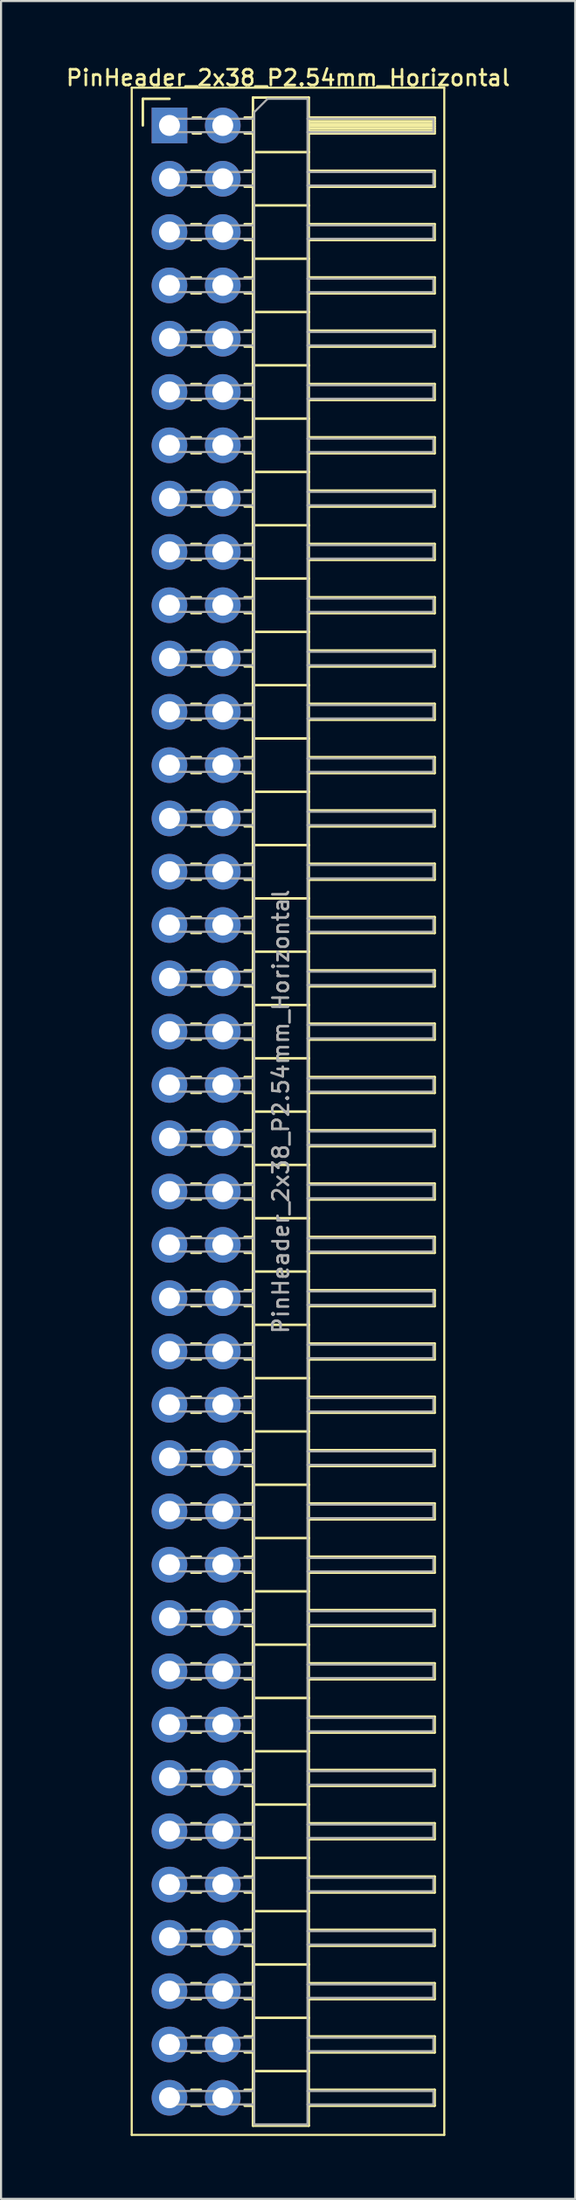
<source format=kicad_pcb>
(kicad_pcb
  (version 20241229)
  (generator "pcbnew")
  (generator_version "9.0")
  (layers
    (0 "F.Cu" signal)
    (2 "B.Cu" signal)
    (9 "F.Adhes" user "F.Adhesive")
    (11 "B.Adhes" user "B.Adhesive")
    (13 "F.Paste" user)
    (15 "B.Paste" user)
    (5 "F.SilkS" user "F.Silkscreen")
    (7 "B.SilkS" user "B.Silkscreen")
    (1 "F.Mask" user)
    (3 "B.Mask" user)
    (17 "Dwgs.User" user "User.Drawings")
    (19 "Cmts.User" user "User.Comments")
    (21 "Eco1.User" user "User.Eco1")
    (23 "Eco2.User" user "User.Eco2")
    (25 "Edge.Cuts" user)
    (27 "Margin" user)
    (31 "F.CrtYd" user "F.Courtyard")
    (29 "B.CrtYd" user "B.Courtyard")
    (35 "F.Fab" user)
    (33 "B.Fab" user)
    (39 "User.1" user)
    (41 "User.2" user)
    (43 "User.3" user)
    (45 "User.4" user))
  (footprint "PinHeader_2x38_P2.54mm_Horizontal"
    (layer "F.Cu")
    (at 5.029 2.928)
    (property "Reference" "PinHeader_2x38_P2.54mm_Horizontal" (at 5.655 -2.27 0) (layer "F.SilkS") (effects (font (size 0.75 0.75) (thickness 0.125))))
    (attr through_hole)
    (fp_line (start -1.8 -1.8) (end -1.8 95.75) (stroke (width 0.1) (type solid)) (layer "F.SilkS"))
    (fp_line (start -1.8 95.75) (end 13.1 95.75) (stroke (width 0.1) (type solid)) (layer "F.SilkS"))
    (fp_line (start -1.27 -1.27) (end 0 -1.27) (stroke (width 0.12) (type solid)) (layer "F.SilkS"))
    (fp_line (start -1.27 0) (end -1.27 -1.27) (stroke (width 0.12) (type solid)) (layer "F.SilkS"))
    (fp_line (start 1.043 2.16) (end 1.497 2.16) (stroke (width 0.12) (type solid)) (layer "F.SilkS"))
    (fp_line (start 1.043 2.92) (end 1.497 2.92) (stroke (width 0.12) (type solid)) (layer "F.SilkS"))
    (fp_line (start 1.043 4.7) (end 1.497 4.7) (stroke (width 0.12) (type solid)) (layer "F.SilkS"))
    (fp_line (start 1.043 5.46) (end 1.497 5.46) (stroke (width 0.12) (type solid)) (layer "F.SilkS"))
    (fp_line (start 1.043 7.24) (end 1.497 7.24) (stroke (width 0.12) (type solid)) (layer "F.SilkS"))
    (fp_line (start 1.043 8) (end 1.497 8) (stroke (width 0.12) (type solid)) (layer "F.SilkS"))
    (fp_line (start 1.043 9.78) (end 1.497 9.78) (stroke (width 0.12) (type solid)) (layer "F.SilkS"))
    (fp_line (start 1.043 10.54) (end 1.497 10.54) (stroke (width 0.12) (type solid)) (layer "F.SilkS"))
    (fp_line (start 1.043 12.32) (end 1.497 12.32) (stroke (width 0.12) (type solid)) (layer "F.SilkS"))
    (fp_line (start 1.043 13.08) (end 1.497 13.08) (stroke (width 0.12) (type solid)) (layer "F.SilkS"))
    (fp_line (start 1.043 14.86) (end 1.497 14.86) (stroke (width 0.12) (type solid)) (layer "F.SilkS"))
    (fp_line (start 1.043 15.62) (end 1.497 15.62) (stroke (width 0.12) (type solid)) (layer "F.SilkS"))
    (fp_line (start 1.043 17.4) (end 1.497 17.4) (stroke (width 0.12) (type solid)) (layer "F.SilkS"))
    (fp_line (start 1.043 18.16) (end 1.497 18.16) (stroke (width 0.12) (type solid)) (layer "F.SilkS"))
    (fp_line (start 1.043 19.94) (end 1.497 19.94) (stroke (width 0.12) (type solid)) (layer "F.SilkS"))
    (fp_line (start 1.043 20.7) (end 1.497 20.7) (stroke (width 0.12) (type solid)) (layer "F.SilkS"))
    (fp_line (start 1.043 22.48) (end 1.497 22.48) (stroke (width 0.12) (type solid)) (layer "F.SilkS"))
    (fp_line (start 1.043 23.24) (end 1.497 23.24) (stroke (width 0.12) (type solid)) (layer "F.SilkS"))
    (fp_line (start 1.043 25.02) (end 1.497 25.02) (stroke (width 0.12) (type solid)) (layer "F.SilkS"))
    (fp_line (start 1.043 25.78) (end 1.497 25.78) (stroke (width 0.12) (type solid)) (layer "F.SilkS"))
    (fp_line (start 1.043 27.56) (end 1.497 27.56) (stroke (width 0.12) (type solid)) (layer "F.SilkS"))
    (fp_line (start 1.043 28.32) (end 1.497 28.32) (stroke (width 0.12) (type solid)) (layer "F.SilkS"))
    (fp_line (start 1.043 30.1) (end 1.497 30.1) (stroke (width 0.12) (type solid)) (layer "F.SilkS"))
    (fp_line (start 1.043 30.86) (end 1.497 30.86) (stroke (width 0.12) (type solid)) (layer "F.SilkS"))
    (fp_line (start 1.043 32.64) (end 1.497 32.64) (stroke (width 0.12) (type solid)) (layer "F.SilkS"))
    (fp_line (start 1.043 33.4) (end 1.497 33.4) (stroke (width 0.12) (type solid)) (layer "F.SilkS"))
    (fp_line (start 1.043 35.18) (end 1.497 35.18) (stroke (width 0.12) (type solid)) (layer "F.SilkS"))
    (fp_line (start 1.043 35.94) (end 1.497 35.94) (stroke (width 0.12) (type solid)) (layer "F.SilkS"))
    (fp_line (start 1.043 37.72) (end 1.497 37.72) (stroke (width 0.12) (type solid)) (layer "F.SilkS"))
    (fp_line (start 1.043 38.48) (end 1.497 38.48) (stroke (width 0.12) (type solid)) (layer "F.SilkS"))
    (fp_line (start 1.043 40.26) (end 1.497 40.26) (stroke (width 0.12) (type solid)) (layer "F.SilkS"))
    (fp_line (start 1.043 41.02) (end 1.497 41.02) (stroke (width 0.12) (type solid)) (layer "F.SilkS"))
    (fp_line (start 1.043 42.8) (end 1.497 42.8) (stroke (width 0.12) (type solid)) (layer "F.SilkS"))
    (fp_line (start 1.043 43.56) (end 1.497 43.56) (stroke (width 0.12) (type solid)) (layer "F.SilkS"))
    (fp_line (start 1.043 45.34) (end 1.497 45.34) (stroke (width 0.12) (type solid)) (layer "F.SilkS"))
    (fp_line (start 1.043 46.1) (end 1.497 46.1) (stroke (width 0.12) (type solid)) (layer "F.SilkS"))
    (fp_line (start 1.043 47.88) (end 1.497 47.88) (stroke (width 0.12) (type solid)) (layer "F.SilkS"))
    (fp_line (start 1.043 48.64) (end 1.497 48.64) (stroke (width 0.12) (type solid)) (layer "F.SilkS"))
    (fp_line (start 1.043 50.42) (end 1.497 50.42) (stroke (width 0.12) (type solid)) (layer "F.SilkS"))
    (fp_line (start 1.043 51.18) (end 1.497 51.18) (stroke (width 0.12) (type solid)) (layer "F.SilkS"))
    (fp_line (start 1.043 52.96) (end 1.497 52.96) (stroke (width 0.12) (type solid)) (layer "F.SilkS"))
    (fp_line (start 1.043 53.72) (end 1.497 53.72) (stroke (width 0.12) (type solid)) (layer "F.SilkS"))
    (fp_line (start 1.043 55.5) (end 1.497 55.5) (stroke (width 0.12) (type solid)) (layer "F.SilkS"))
    (fp_line (start 1.043 56.26) (end 1.497 56.26) (stroke (width 0.12) (type solid)) (layer "F.SilkS"))
    (fp_line (start 1.043 58.04) (end 1.497 58.04) (stroke (width 0.12) (type solid)) (layer "F.SilkS"))
    (fp_line (start 1.043 58.8) (end 1.497 58.8) (stroke (width 0.12) (type solid)) (layer "F.SilkS"))
    (fp_line (start 1.043 60.58) (end 1.497 60.58) (stroke (width 0.12) (type solid)) (layer "F.SilkS"))
    (fp_line (start 1.043 61.34) (end 1.497 61.34) (stroke (width 0.12) (type solid)) (layer "F.SilkS"))
    (fp_line (start 1.043 63.12) (end 1.497 63.12) (stroke (width 0.12) (type solid)) (layer "F.SilkS"))
    (fp_line (start 1.043 63.88) (end 1.497 63.88) (stroke (width 0.12) (type solid)) (layer "F.SilkS"))
    (fp_line (start 1.043 65.66) (end 1.497 65.66) (stroke (width 0.12) (type solid)) (layer "F.SilkS"))
    (fp_line (start 1.043 66.42) (end 1.497 66.42) (stroke (width 0.12) (type solid)) (layer "F.SilkS"))
    (fp_line (start 1.043 68.2) (end 1.497 68.2) (stroke (width 0.12) (type solid)) (layer "F.SilkS"))
    (fp_line (start 1.043 68.96) (end 1.497 68.96) (stroke (width 0.12) (type solid)) (layer "F.SilkS"))
    (fp_line (start 1.043 70.74) (end 1.497 70.74) (stroke (width 0.12) (type solid)) (layer "F.SilkS"))
    (fp_line (start 1.043 71.5) (end 1.497 71.5) (stroke (width 0.12) (type solid)) (layer "F.SilkS"))
    (fp_line (start 1.043 73.28) (end 1.497 73.28) (stroke (width 0.12) (type solid)) (layer "F.SilkS"))
    (fp_line (start 1.043 74.04) (end 1.497 74.04) (stroke (width 0.12) (type solid)) (layer "F.SilkS"))
    (fp_line (start 1.043 75.82) (end 1.497 75.82) (stroke (width 0.12) (type solid)) (layer "F.SilkS"))
    (fp_line (start 1.043 76.58) (end 1.497 76.58) (stroke (width 0.12) (type solid)) (layer "F.SilkS"))
    (fp_line (start 1.043 78.36) (end 1.497 78.36) (stroke (width 0.12) (type solid)) (layer "F.SilkS"))
    (fp_line (start 1.043 79.12) (end 1.497 79.12) (stroke (width 0.12) (type solid)) (layer "F.SilkS"))
    (fp_line (start 1.043 80.9) (end 1.497 80.9) (stroke (width 0.12) (type solid)) (layer "F.SilkS"))
    (fp_line (start 1.043 81.66) (end 1.497 81.66) (stroke (width 0.12) (type solid)) (layer "F.SilkS"))
    (fp_line (start 1.043 83.44) (end 1.497 83.44) (stroke (width 0.12) (type solid)) (layer "F.SilkS"))
    (fp_line (start 1.043 84.2) (end 1.497 84.2) (stroke (width 0.12) (type solid)) (layer "F.SilkS"))
    (fp_line (start 1.043 85.98) (end 1.497 85.98) (stroke (width 0.12) (type solid)) (layer "F.SilkS"))
    (fp_line (start 1.043 86.74) (end 1.497 86.74) (stroke (width 0.12) (type solid)) (layer "F.SilkS"))
    (fp_line (start 1.043 88.52) (end 1.497 88.52) (stroke (width 0.12) (type solid)) (layer "F.SilkS"))
    (fp_line (start 1.043 89.28) (end 1.497 89.28) (stroke (width 0.12) (type solid)) (layer "F.SilkS"))
    (fp_line (start 1.043 91.06) (end 1.497 91.06) (stroke (width 0.12) (type solid)) (layer "F.SilkS"))
    (fp_line (start 1.043 91.82) (end 1.497 91.82) (stroke (width 0.12) (type solid)) (layer "F.SilkS"))
    (fp_line (start 1.043 93.6) (end 1.497 93.6) (stroke (width 0.12) (type solid)) (layer "F.SilkS"))
    (fp_line (start 1.043 94.36) (end 1.497 94.36) (stroke (width 0.12) (type solid)) (layer "F.SilkS"))
    (fp_line (start 1.11 -0.38) (end 1.497 -0.38) (stroke (width 0.12) (type solid)) (layer "F.SilkS"))
    (fp_line (start 1.11 0.38) (end 1.497 0.38) (stroke (width 0.12) (type solid)) (layer "F.SilkS"))
    (fp_line (start 3.583 -0.38) (end 3.98 -0.38) (stroke (width 0.12) (type solid)) (layer "F.SilkS"))
    (fp_line (start 3.583 0.38) (end 3.98 0.38) (stroke (width 0.12) (type solid)) (layer "F.SilkS"))
    (fp_line (start 3.583 2.16) (end 3.98 2.16) (stroke (width 0.12) (type solid)) (layer "F.SilkS"))
    (fp_line (start 3.583 2.92) (end 3.98 2.92) (stroke (width 0.12) (type solid)) (layer "F.SilkS"))
    (fp_line (start 3.583 4.7) (end 3.98 4.7) (stroke (width 0.12) (type solid)) (layer "F.SilkS"))
    (fp_line (start 3.583 5.46) (end 3.98 5.46) (stroke (width 0.12) (type solid)) (layer "F.SilkS"))
    (fp_line (start 3.583 7.24) (end 3.98 7.24) (stroke (width 0.12) (type solid)) (layer "F.SilkS"))
    (fp_line (start 3.583 8) (end 3.98 8) (stroke (width 0.12) (type solid)) (layer "F.SilkS"))
    (fp_line (start 3.583 9.78) (end 3.98 9.78) (stroke (width 0.12) (type solid)) (layer "F.SilkS"))
    (fp_line (start 3.583 10.54) (end 3.98 10.54) (stroke (width 0.12) (type solid)) (layer "F.SilkS"))
    (fp_line (start 3.583 12.32) (end 3.98 12.32) (stroke (width 0.12) (type solid)) (layer "F.SilkS"))
    (fp_line (start 3.583 13.08) (end 3.98 13.08) (stroke (width 0.12) (type solid)) (layer "F.SilkS"))
    (fp_line (start 3.583 14.86) (end 3.98 14.86) (stroke (width 0.12) (type solid)) (layer "F.SilkS"))
    (fp_line (start 3.583 15.62) (end 3.98 15.62) (stroke (width 0.12) (type solid)) (layer "F.SilkS"))
    (fp_line (start 3.583 17.4) (end 3.98 17.4) (stroke (width 0.12) (type solid)) (layer "F.SilkS"))
    (fp_line (start 3.583 18.16) (end 3.98 18.16) (stroke (width 0.12) (type solid)) (layer "F.SilkS"))
    (fp_line (start 3.583 19.94) (end 3.98 19.94) (stroke (width 0.12) (type solid)) (layer "F.SilkS"))
    (fp_line (start 3.583 20.7) (end 3.98 20.7) (stroke (width 0.12) (type solid)) (layer "F.SilkS"))
    (fp_line (start 3.583 22.48) (end 3.98 22.48) (stroke (width 0.12) (type solid)) (layer "F.SilkS"))
    (fp_line (start 3.583 23.24) (end 3.98 23.24) (stroke (width 0.12) (type solid)) (layer "F.SilkS"))
    (fp_line (start 3.583 25.02) (end 3.98 25.02) (stroke (width 0.12) (type solid)) (layer "F.SilkS"))
    (fp_line (start 3.583 25.78) (end 3.98 25.78) (stroke (width 0.12) (type solid)) (layer "F.SilkS"))
    (fp_line (start 3.583 27.56) (end 3.98 27.56) (stroke (width 0.12) (type solid)) (layer "F.SilkS"))
    (fp_line (start 3.583 28.32) (end 3.98 28.32) (stroke (width 0.12) (type solid)) (layer "F.SilkS"))
    (fp_line (start 3.583 30.1) (end 3.98 30.1) (stroke (width 0.12) (type solid)) (layer "F.SilkS"))
    (fp_line (start 3.583 30.86) (end 3.98 30.86) (stroke (width 0.12) (type solid)) (layer "F.SilkS"))
    (fp_line (start 3.583 32.64) (end 3.98 32.64) (stroke (width 0.12) (type solid)) (layer "F.SilkS"))
    (fp_line (start 3.583 33.4) (end 3.98 33.4) (stroke (width 0.12) (type solid)) (layer "F.SilkS"))
    (fp_line (start 3.583 35.18) (end 3.98 35.18) (stroke (width 0.12) (type solid)) (layer "F.SilkS"))
    (fp_line (start 3.583 35.94) (end 3.98 35.94) (stroke (width 0.12) (type solid)) (layer "F.SilkS"))
    (fp_line (start 3.583 37.72) (end 3.98 37.72) (stroke (width 0.12) (type solid)) (layer "F.SilkS"))
    (fp_line (start 3.583 38.48) (end 3.98 38.48) (stroke (width 0.12) (type solid)) (layer "F.SilkS"))
    (fp_line (start 3.583 40.26) (end 3.98 40.26) (stroke (width 0.12) (type solid)) (layer "F.SilkS"))
    (fp_line (start 3.583 41.02) (end 3.98 41.02) (stroke (width 0.12) (type solid)) (layer "F.SilkS"))
    (fp_line (start 3.583 42.8) (end 3.98 42.8) (stroke (width 0.12) (type solid)) (layer "F.SilkS"))
    (fp_line (start 3.583 43.56) (end 3.98 43.56) (stroke (width 0.12) (type solid)) (layer "F.SilkS"))
    (fp_line (start 3.583 45.34) (end 3.98 45.34) (stroke (width 0.12) (type solid)) (layer "F.SilkS"))
    (fp_line (start 3.583 46.1) (end 3.98 46.1) (stroke (width 0.12) (type solid)) (layer "F.SilkS"))
    (fp_line (start 3.583 47.88) (end 3.98 47.88) (stroke (width 0.12) (type solid)) (layer "F.SilkS"))
    (fp_line (start 3.583 48.64) (end 3.98 48.64) (stroke (width 0.12) (type solid)) (layer "F.SilkS"))
    (fp_line (start 3.583 50.42) (end 3.98 50.42) (stroke (width 0.12) (type solid)) (layer "F.SilkS"))
    (fp_line (start 3.583 51.18) (end 3.98 51.18) (stroke (width 0.12) (type solid)) (layer "F.SilkS"))
    (fp_line (start 3.583 52.96) (end 3.98 52.96) (stroke (width 0.12) (type solid)) (layer "F.SilkS"))
    (fp_line (start 3.583 53.72) (end 3.98 53.72) (stroke (width 0.12) (type solid)) (layer "F.SilkS"))
    (fp_line (start 3.583 55.5) (end 3.98 55.5) (stroke (width 0.12) (type solid)) (layer "F.SilkS"))
    (fp_line (start 3.583 56.26) (end 3.98 56.26) (stroke (width 0.12) (type solid)) (layer "F.SilkS"))
    (fp_line (start 3.583 58.04) (end 3.98 58.04) (stroke (width 0.12) (type solid)) (layer "F.SilkS"))
    (fp_line (start 3.583 58.8) (end 3.98 58.8) (stroke (width 0.12) (type solid)) (layer "F.SilkS"))
    (fp_line (start 3.583 60.58) (end 3.98 60.58) (stroke (width 0.12) (type solid)) (layer "F.SilkS"))
    (fp_line (start 3.583 61.34) (end 3.98 61.34) (stroke (width 0.12) (type solid)) (layer "F.SilkS"))
    (fp_line (start 3.583 63.12) (end 3.98 63.12) (stroke (width 0.12) (type solid)) (layer "F.SilkS"))
    (fp_line (start 3.583 63.88) (end 3.98 63.88) (stroke (width 0.12) (type solid)) (layer "F.SilkS"))
    (fp_line (start 3.583 65.66) (end 3.98 65.66) (stroke (width 0.12) (type solid)) (layer "F.SilkS"))
    (fp_line (start 3.583 66.42) (end 3.98 66.42) (stroke (width 0.12) (type solid)) (layer "F.SilkS"))
    (fp_line (start 3.583 68.2) (end 3.98 68.2) (stroke (width 0.12) (type solid)) (layer "F.SilkS"))
    (fp_line (start 3.583 68.96) (end 3.98 68.96) (stroke (width 0.12) (type solid)) (layer "F.SilkS"))
    (fp_line (start 3.583 70.74) (end 3.98 70.74) (stroke (width 0.12) (type solid)) (layer "F.SilkS"))
    (fp_line (start 3.583 71.5) (end 3.98 71.5) (stroke (width 0.12) (type solid)) (layer "F.SilkS"))
    (fp_line (start 3.583 73.28) (end 3.98 73.28) (stroke (width 0.12) (type solid)) (layer "F.SilkS"))
    (fp_line (start 3.583 74.04) (end 3.98 74.04) (stroke (width 0.12) (type solid)) (layer "F.SilkS"))
    (fp_line (start 3.583 75.82) (end 3.98 75.82) (stroke (width 0.12) (type solid)) (layer "F.SilkS"))
    (fp_line (start 3.583 76.58) (end 3.98 76.58) (stroke (width 0.12) (type solid)) (layer "F.SilkS"))
    (fp_line (start 3.583 78.36) (end 3.98 78.36) (stroke (width 0.12) (type solid)) (layer "F.SilkS"))
    (fp_line (start 3.583 79.12) (end 3.98 79.12) (stroke (width 0.12) (type solid)) (layer "F.SilkS"))
    (fp_line (start 3.583 80.9) (end 3.98 80.9) (stroke (width 0.12) (type solid)) (layer "F.SilkS"))
    (fp_line (start 3.583 81.66) (end 3.98 81.66) (stroke (width 0.12) (type solid)) (layer "F.SilkS"))
    (fp_line (start 3.583 83.44) (end 3.98 83.44) (stroke (width 0.12) (type solid)) (layer "F.SilkS"))
    (fp_line (start 3.583 84.2) (end 3.98 84.2) (stroke (width 0.12) (type solid)) (layer "F.SilkS"))
    (fp_line (start 3.583 85.98) (end 3.98 85.98) (stroke (width 0.12) (type solid)) (layer "F.SilkS"))
    (fp_line (start 3.583 86.74) (end 3.98 86.74) (stroke (width 0.12) (type solid)) (layer "F.SilkS"))
    (fp_line (start 3.583 88.52) (end 3.98 88.52) (stroke (width 0.12) (type solid)) (layer "F.SilkS"))
    (fp_line (start 3.583 89.28) (end 3.98 89.28) (stroke (width 0.12) (type solid)) (layer "F.SilkS"))
    (fp_line (start 3.583 91.06) (end 3.98 91.06) (stroke (width 0.12) (type solid)) (layer "F.SilkS"))
    (fp_line (start 3.583 91.82) (end 3.98 91.82) (stroke (width 0.12) (type solid)) (layer "F.SilkS"))
    (fp_line (start 3.583 93.6) (end 3.98 93.6) (stroke (width 0.12) (type solid)) (layer "F.SilkS"))
    (fp_line (start 3.583 94.36) (end 3.98 94.36) (stroke (width 0.12) (type solid)) (layer "F.SilkS"))
    (fp_line (start 3.98 -1.33) (end 3.98 95.31) (stroke (width 0.12) (type solid)) (layer "F.SilkS"))
    (fp_line (start 3.98 1.27) (end 6.64 1.27) (stroke (width 0.12) (type solid)) (layer "F.SilkS"))
    (fp_line (start 3.98 3.81) (end 6.64 3.81) (stroke (width 0.12) (type solid)) (layer "F.SilkS"))
    (fp_line (start 3.98 6.35) (end 6.64 6.35) (stroke (width 0.12) (type solid)) (layer "F.SilkS"))
    (fp_line (start 3.98 8.89) (end 6.64 8.89) (stroke (width 0.12) (type solid)) (layer "F.SilkS"))
    (fp_line (start 3.98 11.43) (end 6.64 11.43) (stroke (width 0.12) (type solid)) (layer "F.SilkS"))
    (fp_line (start 3.98 13.97) (end 6.64 13.97) (stroke (width 0.12) (type solid)) (layer "F.SilkS"))
    (fp_line (start 3.98 16.51) (end 6.64 16.51) (stroke (width 0.12) (type solid)) (layer "F.SilkS"))
    (fp_line (start 3.98 19.05) (end 6.64 19.05) (stroke (width 0.12) (type solid)) (layer "F.SilkS"))
    (fp_line (start 3.98 21.59) (end 6.64 21.59) (stroke (width 0.12) (type solid)) (layer "F.SilkS"))
    (fp_line (start 3.98 24.13) (end 6.64 24.13) (stroke (width 0.12) (type solid)) (layer "F.SilkS"))
    (fp_line (start 3.98 26.67) (end 6.64 26.67) (stroke (width 0.12) (type solid)) (layer "F.SilkS"))
    (fp_line (start 3.98 29.21) (end 6.64 29.21) (stroke (width 0.12) (type solid)) (layer "F.SilkS"))
    (fp_line (start 3.98 31.75) (end 6.64 31.75) (stroke (width 0.12) (type solid)) (layer "F.SilkS"))
    (fp_line (start 3.98 34.29) (end 6.64 34.29) (stroke (width 0.12) (type solid)) (layer "F.SilkS"))
    (fp_line (start 3.98 36.83) (end 6.64 36.83) (stroke (width 0.12) (type solid)) (layer "F.SilkS"))
    (fp_line (start 3.98 39.37) (end 6.64 39.37) (stroke (width 0.12) (type solid)) (layer "F.SilkS"))
    (fp_line (start 3.98 41.91) (end 6.64 41.91) (stroke (width 0.12) (type solid)) (layer "F.SilkS"))
    (fp_line (start 3.98 44.45) (end 6.64 44.45) (stroke (width 0.12) (type solid)) (layer "F.SilkS"))
    (fp_line (start 3.98 46.99) (end 6.64 46.99) (stroke (width 0.12) (type solid)) (layer "F.SilkS"))
    (fp_line (start 3.98 49.53) (end 6.64 49.53) (stroke (width 0.12) (type solid)) (layer "F.SilkS"))
    (fp_line (start 3.98 52.07) (end 6.64 52.07) (stroke (width 0.12) (type solid)) (layer "F.SilkS"))
    (fp_line (start 3.98 54.61) (end 6.64 54.61) (stroke (width 0.12) (type solid)) (layer "F.SilkS"))
    (fp_line (start 3.98 57.15) (end 6.64 57.15) (stroke (width 0.12) (type solid)) (layer "F.SilkS"))
    (fp_line (start 3.98 59.69) (end 6.64 59.69) (stroke (width 0.12) (type solid)) (layer "F.SilkS"))
    (fp_line (start 3.98 62.23) (end 6.64 62.23) (stroke (width 0.12) (type solid)) (layer "F.SilkS"))
    (fp_line (start 3.98 64.77) (end 6.64 64.77) (stroke (width 0.12) (type solid)) (layer "F.SilkS"))
    (fp_line (start 3.98 67.31) (end 6.64 67.31) (stroke (width 0.12) (type solid)) (layer "F.SilkS"))
    (fp_line (start 3.98 69.85) (end 6.64 69.85) (stroke (width 0.12) (type solid)) (layer "F.SilkS"))
    (fp_line (start 3.98 72.39) (end 6.64 72.39) (stroke (width 0.12) (type solid)) (layer "F.SilkS"))
    (fp_line (start 3.98 74.93) (end 6.64 74.93) (stroke (width 0.12) (type solid)) (layer "F.SilkS"))
    (fp_line (start 3.98 77.47) (end 6.64 77.47) (stroke (width 0.12) (type solid)) (layer "F.SilkS"))
    (fp_line (start 3.98 80.01) (end 6.64 80.01) (stroke (width 0.12) (type solid)) (layer "F.SilkS"))
    (fp_line (start 3.98 82.55) (end 6.64 82.55) (stroke (width 0.12) (type solid)) (layer "F.SilkS"))
    (fp_line (start 3.98 85.09) (end 6.64 85.09) (stroke (width 0.12) (type solid)) (layer "F.SilkS"))
    (fp_line (start 3.98 87.63) (end 6.64 87.63) (stroke (width 0.12) (type solid)) (layer "F.SilkS"))
    (fp_line (start 3.98 90.17) (end 6.64 90.17) (stroke (width 0.12) (type solid)) (layer "F.SilkS"))
    (fp_line (start 3.98 92.71) (end 6.64 92.71) (stroke (width 0.12) (type solid)) (layer "F.SilkS"))
    (fp_line (start 3.98 95.31) (end 6.64 95.31) (stroke (width 0.12) (type solid)) (layer "F.SilkS"))
    (fp_line (start 6.64 -1.33) (end 3.98 -1.33) (stroke (width 0.12) (type solid)) (layer "F.SilkS"))
    (fp_line (start 6.64 -0.38) (end 12.64 -0.38) (stroke (width 0.12) (type solid)) (layer "F.SilkS"))
    (fp_line (start 6.64 -0.32) (end 12.64 -0.32) (stroke (width 0.12) (type solid)) (layer "F.SilkS"))
    (fp_line (start 6.64 -0.2) (end 12.64 -0.2) (stroke (width 0.12) (type solid)) (layer "F.SilkS"))
    (fp_line (start 6.64 -0.08) (end 12.64 -0.08) (stroke (width 0.12) (type solid)) (layer "F.SilkS"))
    (fp_line (start 6.64 0.04) (end 12.64 0.04) (stroke (width 0.12) (type solid)) (layer "F.SilkS"))
    (fp_line (start 6.64 0.16) (end 12.64 0.16) (stroke (width 0.12) (type solid)) (layer "F.SilkS"))
    (fp_line (start 6.64 0.28) (end 12.64 0.28) (stroke (width 0.12) (type solid)) (layer "F.SilkS"))
    (fp_line (start 6.64 2.16) (end 12.64 2.16) (stroke (width 0.12) (type solid)) (layer "F.SilkS"))
    (fp_line (start 6.64 4.7) (end 12.64 4.7) (stroke (width 0.12) (type solid)) (layer "F.SilkS"))
    (fp_line (start 6.64 7.24) (end 12.64 7.24) (stroke (width 0.12) (type solid)) (layer "F.SilkS"))
    (fp_line (start 6.64 9.78) (end 12.64 9.78) (stroke (width 0.12) (type solid)) (layer "F.SilkS"))
    (fp_line (start 6.64 12.32) (end 12.64 12.32) (stroke (width 0.12) (type solid)) (layer "F.SilkS"))
    (fp_line (start 6.64 14.86) (end 12.64 14.86) (stroke (width 0.12) (type solid)) (layer "F.SilkS"))
    (fp_line (start 6.64 17.4) (end 12.64 17.4) (stroke (width 0.12) (type solid)) (layer "F.SilkS"))
    (fp_line (start 6.64 19.94) (end 12.64 19.94) (stroke (width 0.12) (type solid)) (layer "F.SilkS"))
    (fp_line (start 6.64 22.48) (end 12.64 22.48) (stroke (width 0.12) (type solid)) (layer "F.SilkS"))
    (fp_line (start 6.64 25.02) (end 12.64 25.02) (stroke (width 0.12) (type solid)) (layer "F.SilkS"))
    (fp_line (start 6.64 27.56) (end 12.64 27.56) (stroke (width 0.12) (type solid)) (layer "F.SilkS"))
    (fp_line (start 6.64 30.1) (end 12.64 30.1) (stroke (width 0.12) (type solid)) (layer "F.SilkS"))
    (fp_line (start 6.64 32.64) (end 12.64 32.64) (stroke (width 0.12) (type solid)) (layer "F.SilkS"))
    (fp_line (start 6.64 35.18) (end 12.64 35.18) (stroke (width 0.12) (type solid)) (layer "F.SilkS"))
    (fp_line (start 6.64 37.72) (end 12.64 37.72) (stroke (width 0.12) (type solid)) (layer "F.SilkS"))
    (fp_line (start 6.64 40.26) (end 12.64 40.26) (stroke (width 0.12) (type solid)) (layer "F.SilkS"))
    (fp_line (start 6.64 42.8) (end 12.64 42.8) (stroke (width 0.12) (type solid)) (layer "F.SilkS"))
    (fp_line (start 6.64 45.34) (end 12.64 45.34) (stroke (width 0.12) (type solid)) (layer "F.SilkS"))
    (fp_line (start 6.64 47.88) (end 12.64 47.88) (stroke (width 0.12) (type solid)) (layer "F.SilkS"))
    (fp_line (start 6.64 50.42) (end 12.64 50.42) (stroke (width 0.12) (type solid)) (layer "F.SilkS"))
    (fp_line (start 6.64 52.96) (end 12.64 52.96) (stroke (width 0.12) (type solid)) (layer "F.SilkS"))
    (fp_line (start 6.64 55.5) (end 12.64 55.5) (stroke (width 0.12) (type solid)) (layer "F.SilkS"))
    (fp_line (start 6.64 58.04) (end 12.64 58.04) (stroke (width 0.12) (type solid)) (layer "F.SilkS"))
    (fp_line (start 6.64 60.58) (end 12.64 60.58) (stroke (width 0.12) (type solid)) (layer "F.SilkS"))
    (fp_line (start 6.64 63.12) (end 12.64 63.12) (stroke (width 0.12) (type solid)) (layer "F.SilkS"))
    (fp_line (start 6.64 65.66) (end 12.64 65.66) (stroke (width 0.12) (type solid)) (layer "F.SilkS"))
    (fp_line (start 6.64 68.2) (end 12.64 68.2) (stroke (width 0.12) (type solid)) (layer "F.SilkS"))
    (fp_line (start 6.64 70.74) (end 12.64 70.74) (stroke (width 0.12) (type solid)) (layer "F.SilkS"))
    (fp_line (start 6.64 73.28) (end 12.64 73.28) (stroke (width 0.12) (type solid)) (layer "F.SilkS"))
    (fp_line (start 6.64 75.82) (end 12.64 75.82) (stroke (width 0.12) (type solid)) (layer "F.SilkS"))
    (fp_line (start 6.64 78.36) (end 12.64 78.36) (stroke (width 0.12) (type solid)) (layer "F.SilkS"))
    (fp_line (start 6.64 80.9) (end 12.64 80.9) (stroke (width 0.12) (type solid)) (layer "F.SilkS"))
    (fp_line (start 6.64 83.44) (end 12.64 83.44) (stroke (width 0.12) (type solid)) (layer "F.SilkS"))
    (fp_line (start 6.64 85.98) (end 12.64 85.98) (stroke (width 0.12) (type solid)) (layer "F.SilkS"))
    (fp_line (start 6.64 88.52) (end 12.64 88.52) (stroke (width 0.12) (type solid)) (layer "F.SilkS"))
    (fp_line (start 6.64 91.06) (end 12.64 91.06) (stroke (width 0.12) (type solid)) (layer "F.SilkS"))
    (fp_line (start 6.64 93.6) (end 12.64 93.6) (stroke (width 0.12) (type solid)) (layer "F.SilkS"))
    (fp_line (start 6.64 95.31) (end 6.64 -1.33) (stroke (width 0.12) (type solid)) (layer "F.SilkS"))
    (fp_line (start 12.64 -0.38) (end 12.64 0.38) (stroke (width 0.12) (type solid)) (layer "F.SilkS"))
    (fp_line (start 12.64 0.38) (end 6.64 0.38) (stroke (width 0.12) (type solid)) (layer "F.SilkS"))
    (fp_line (start 12.64 2.16) (end 12.64 2.92) (stroke (width 0.12) (type solid)) (layer "F.SilkS"))
    (fp_line (start 12.64 2.92) (end 6.64 2.92) (stroke (width 0.12) (type solid)) (layer "F.SilkS"))
    (fp_line (start 12.64 4.7) (end 12.64 5.46) (stroke (width 0.12) (type solid)) (layer "F.SilkS"))
    (fp_line (start 12.64 5.46) (end 6.64 5.46) (stroke (width 0.12) (type solid)) (layer "F.SilkS"))
    (fp_line (start 12.64 7.24) (end 12.64 8) (stroke (width 0.12) (type solid)) (layer "F.SilkS"))
    (fp_line (start 12.64 8) (end 6.64 8) (stroke (width 0.12) (type solid)) (layer "F.SilkS"))
    (fp_line (start 12.64 9.78) (end 12.64 10.54) (stroke (width 0.12) (type solid)) (layer "F.SilkS"))
    (fp_line (start 12.64 10.54) (end 6.64 10.54) (stroke (width 0.12) (type solid)) (layer "F.SilkS"))
    (fp_line (start 12.64 12.32) (end 12.64 13.08) (stroke (width 0.12) (type solid)) (layer "F.SilkS"))
    (fp_line (start 12.64 13.08) (end 6.64 13.08) (stroke (width 0.12) (type solid)) (layer "F.SilkS"))
    (fp_line (start 12.64 14.86) (end 12.64 15.62) (stroke (width 0.12) (type solid)) (layer "F.SilkS"))
    (fp_line (start 12.64 15.62) (end 6.64 15.62) (stroke (width 0.12) (type solid)) (layer "F.SilkS"))
    (fp_line (start 12.64 17.4) (end 12.64 18.16) (stroke (width 0.12) (type solid)) (layer "F.SilkS"))
    (fp_line (start 12.64 18.16) (end 6.64 18.16) (stroke (width 0.12) (type solid)) (layer "F.SilkS"))
    (fp_line (start 12.64 19.94) (end 12.64 20.7) (stroke (width 0.12) (type solid)) (layer "F.SilkS"))
    (fp_line (start 12.64 20.7) (end 6.64 20.7) (stroke (width 0.12) (type solid)) (layer "F.SilkS"))
    (fp_line (start 12.64 22.48) (end 12.64 23.24) (stroke (width 0.12) (type solid)) (layer "F.SilkS"))
    (fp_line (start 12.64 23.24) (end 6.64 23.24) (stroke (width 0.12) (type solid)) (layer "F.SilkS"))
    (fp_line (start 12.64 25.02) (end 12.64 25.78) (stroke (width 0.12) (type solid)) (layer "F.SilkS"))
    (fp_line (start 12.64 25.78) (end 6.64 25.78) (stroke (width 0.12) (type solid)) (layer "F.SilkS"))
    (fp_line (start 12.64 27.56) (end 12.64 28.32) (stroke (width 0.12) (type solid)) (layer "F.SilkS"))
    (fp_line (start 12.64 28.32) (end 6.64 28.32) (stroke (width 0.12) (type solid)) (layer "F.SilkS"))
    (fp_line (start 12.64 30.1) (end 12.64 30.86) (stroke (width 0.12) (type solid)) (layer "F.SilkS"))
    (fp_line (start 12.64 30.86) (end 6.64 30.86) (stroke (width 0.12) (type solid)) (layer "F.SilkS"))
    (fp_line (start 12.64 32.64) (end 12.64 33.4) (stroke (width 0.12) (type solid)) (layer "F.SilkS"))
    (fp_line (start 12.64 33.4) (end 6.64 33.4) (stroke (width 0.12) (type solid)) (layer "F.SilkS"))
    (fp_line (start 12.64 35.18) (end 12.64 35.94) (stroke (width 0.12) (type solid)) (layer "F.SilkS"))
    (fp_line (start 12.64 35.94) (end 6.64 35.94) (stroke (width 0.12) (type solid)) (layer "F.SilkS"))
    (fp_line (start 12.64 37.72) (end 12.64 38.48) (stroke (width 0.12) (type solid)) (layer "F.SilkS"))
    (fp_line (start 12.64 38.48) (end 6.64 38.48) (stroke (width 0.12) (type solid)) (layer "F.SilkS"))
    (fp_line (start 12.64 40.26) (end 12.64 41.02) (stroke (width 0.12) (type solid)) (layer "F.SilkS"))
    (fp_line (start 12.64 41.02) (end 6.64 41.02) (stroke (width 0.12) (type solid)) (layer "F.SilkS"))
    (fp_line (start 12.64 42.8) (end 12.64 43.56) (stroke (width 0.12) (type solid)) (layer "F.SilkS"))
    (fp_line (start 12.64 43.56) (end 6.64 43.56) (stroke (width 0.12) (type solid)) (layer "F.SilkS"))
    (fp_line (start 12.64 45.34) (end 12.64 46.1) (stroke (width 0.12) (type solid)) (layer "F.SilkS"))
    (fp_line (start 12.64 46.1) (end 6.64 46.1) (stroke (width 0.12) (type solid)) (layer "F.SilkS"))
    (fp_line (start 12.64 47.88) (end 12.64 48.64) (stroke (width 0.12) (type solid)) (layer "F.SilkS"))
    (fp_line (start 12.64 48.64) (end 6.64 48.64) (stroke (width 0.12) (type solid)) (layer "F.SilkS"))
    (fp_line (start 12.64 50.42) (end 12.64 51.18) (stroke (width 0.12) (type solid)) (layer "F.SilkS"))
    (fp_line (start 12.64 51.18) (end 6.64 51.18) (stroke (width 0.12) (type solid)) (layer "F.SilkS"))
    (fp_line (start 12.64 52.96) (end 12.64 53.72) (stroke (width 0.12) (type solid)) (layer "F.SilkS"))
    (fp_line (start 12.64 53.72) (end 6.64 53.72) (stroke (width 0.12) (type solid)) (layer "F.SilkS"))
    (fp_line (start 12.64 55.5) (end 12.64 56.26) (stroke (width 0.12) (type solid)) (layer "F.SilkS"))
    (fp_line (start 12.64 56.26) (end 6.64 56.26) (stroke (width 0.12) (type solid)) (layer "F.SilkS"))
    (fp_line (start 12.64 58.04) (end 12.64 58.8) (stroke (width 0.12) (type solid)) (layer "F.SilkS"))
    (fp_line (start 12.64 58.8) (end 6.64 58.8) (stroke (width 0.12) (type solid)) (layer "F.SilkS"))
    (fp_line (start 12.64 60.58) (end 12.64 61.34) (stroke (width 0.12) (type solid)) (layer "F.SilkS"))
    (fp_line (start 12.64 61.34) (end 6.64 61.34) (stroke (width 0.12) (type solid)) (layer "F.SilkS"))
    (fp_line (start 12.64 63.12) (end 12.64 63.88) (stroke (width 0.12) (type solid)) (layer "F.SilkS"))
    (fp_line (start 12.64 63.88) (end 6.64 63.88) (stroke (width 0.12) (type solid)) (layer "F.SilkS"))
    (fp_line (start 12.64 65.66) (end 12.64 66.42) (stroke (width 0.12) (type solid)) (layer "F.SilkS"))
    (fp_line (start 12.64 66.42) (end 6.64 66.42) (stroke (width 0.12) (type solid)) (layer "F.SilkS"))
    (fp_line (start 12.64 68.2) (end 12.64 68.96) (stroke (width 0.12) (type solid)) (layer "F.SilkS"))
    (fp_line (start 12.64 68.96) (end 6.64 68.96) (stroke (width 0.12) (type solid)) (layer "F.SilkS"))
    (fp_line (start 12.64 70.74) (end 12.64 71.5) (stroke (width 0.12) (type solid)) (layer "F.SilkS"))
    (fp_line (start 12.64 71.5) (end 6.64 71.5) (stroke (width 0.12) (type solid)) (layer "F.SilkS"))
    (fp_line (start 12.64 73.28) (end 12.64 74.04) (stroke (width 0.12) (type solid)) (layer "F.SilkS"))
    (fp_line (start 12.64 74.04) (end 6.64 74.04) (stroke (width 0.12) (type solid)) (layer "F.SilkS"))
    (fp_line (start 12.64 75.82) (end 12.64 76.58) (stroke (width 0.12) (type solid)) (layer "F.SilkS"))
    (fp_line (start 12.64 76.58) (end 6.64 76.58) (stroke (width 0.12) (type solid)) (layer "F.SilkS"))
    (fp_line (start 12.64 78.36) (end 12.64 79.12) (stroke (width 0.12) (type solid)) (layer "F.SilkS"))
    (fp_line (start 12.64 79.12) (end 6.64 79.12) (stroke (width 0.12) (type solid)) (layer "F.SilkS"))
    (fp_line (start 12.64 80.9) (end 12.64 81.66) (stroke (width 0.12) (type solid)) (layer "F.SilkS"))
    (fp_line (start 12.64 81.66) (end 6.64 81.66) (stroke (width 0.12) (type solid)) (layer "F.SilkS"))
    (fp_line (start 12.64 83.44) (end 12.64 84.2) (stroke (width 0.12) (type solid)) (layer "F.SilkS"))
    (fp_line (start 12.64 84.2) (end 6.64 84.2) (stroke (width 0.12) (type solid)) (layer "F.SilkS"))
    (fp_line (start 12.64 85.98) (end 12.64 86.74) (stroke (width 0.12) (type solid)) (layer "F.SilkS"))
    (fp_line (start 12.64 86.74) (end 6.64 86.74) (stroke (width 0.12) (type solid)) (layer "F.SilkS"))
    (fp_line (start 12.64 88.52) (end 12.64 89.28) (stroke (width 0.12) (type solid)) (layer "F.SilkS"))
    (fp_line (start 12.64 89.28) (end 6.64 89.28) (stroke (width 0.12) (type solid)) (layer "F.SilkS"))
    (fp_line (start 12.64 91.06) (end 12.64 91.82) (stroke (width 0.12) (type solid)) (layer "F.SilkS"))
    (fp_line (start 12.64 91.82) (end 6.64 91.82) (stroke (width 0.12) (type solid)) (layer "F.SilkS"))
    (fp_line (start 12.64 93.6) (end 12.64 94.36) (stroke (width 0.12) (type solid)) (layer "F.SilkS"))
    (fp_line (start 12.64 94.36) (end 6.64 94.36) (stroke (width 0.12) (type solid)) (layer "F.SilkS"))
    (fp_line (start 13.1 -1.8) (end -1.8 -1.8) (stroke (width 0.1) (type solid)) (layer "F.SilkS"))
    (fp_line (start 13.1 95.75) (end 13.1 -1.8) (stroke (width 0.1) (type solid)) (layer "F.SilkS"))
    (fp_line (start -0.32 -0.32) (end -0.32 0.32) (stroke (width 0.1) (type solid)) (layer "F.Fab"))
    (fp_line (start -0.32 -0.32) (end 4.04 -0.32) (stroke (width 0.1) (type solid)) (layer "F.Fab"))
    (fp_line (start -0.32 0.32) (end 4.04 0.32) (stroke (width 0.1) (type solid)) (layer "F.Fab"))
    (fp_line (start -0.32 2.22) (end -0.32 2.86) (stroke (width 0.1) (type solid)) (layer "F.Fab"))
    (fp_line (start -0.32 2.22) (end 4.04 2.22) (stroke (width 0.1) (type solid)) (layer "F.Fab"))
    (fp_line (start -0.32 2.86) (end 4.04 2.86) (stroke (width 0.1) (type solid)) (layer "F.Fab"))
    (fp_line (start -0.32 4.76) (end -0.32 5.4) (stroke (width 0.1) (type solid)) (layer "F.Fab"))
    (fp_line (start -0.32 4.76) (end 4.04 4.76) (stroke (width 0.1) (type solid)) (layer "F.Fab"))
    (fp_line (start -0.32 5.4) (end 4.04 5.4) (stroke (width 0.1) (type solid)) (layer "F.Fab"))
    (fp_line (start -0.32 7.3) (end -0.32 7.94) (stroke (width 0.1) (type solid)) (layer "F.Fab"))
    (fp_line (start -0.32 7.3) (end 4.04 7.3) (stroke (width 0.1) (type solid)) (layer "F.Fab"))
    (fp_line (start -0.32 7.94) (end 4.04 7.94) (stroke (width 0.1) (type solid)) (layer "F.Fab"))
    (fp_line (start -0.32 9.84) (end -0.32 10.48) (stroke (width 0.1) (type solid)) (layer "F.Fab"))
    (fp_line (start -0.32 9.84) (end 4.04 9.84) (stroke (width 0.1) (type solid)) (layer "F.Fab"))
    (fp_line (start -0.32 10.48) (end 4.04 10.48) (stroke (width 0.1) (type solid)) (layer "F.Fab"))
    (fp_line (start -0.32 12.38) (end -0.32 13.02) (stroke (width 0.1) (type solid)) (layer "F.Fab"))
    (fp_line (start -0.32 12.38) (end 4.04 12.38) (stroke (width 0.1) (type solid)) (layer "F.Fab"))
    (fp_line (start -0.32 13.02) (end 4.04 13.02) (stroke (width 0.1) (type solid)) (layer "F.Fab"))
    (fp_line (start -0.32 14.92) (end -0.32 15.56) (stroke (width 0.1) (type solid)) (layer "F.Fab"))
    (fp_line (start -0.32 14.92) (end 4.04 14.92) (stroke (width 0.1) (type solid)) (layer "F.Fab"))
    (fp_line (start -0.32 15.56) (end 4.04 15.56) (stroke (width 0.1) (type solid)) (layer "F.Fab"))
    (fp_line (start -0.32 17.46) (end -0.32 18.1) (stroke (width 0.1) (type solid)) (layer "F.Fab"))
    (fp_line (start -0.32 17.46) (end 4.04 17.46) (stroke (width 0.1) (type solid)) (layer "F.Fab"))
    (fp_line (start -0.32 18.1) (end 4.04 18.1) (stroke (width 0.1) (type solid)) (layer "F.Fab"))
    (fp_line (start -0.32 20) (end -0.32 20.64) (stroke (width 0.1) (type solid)) (layer "F.Fab"))
    (fp_line (start -0.32 20) (end 4.04 20) (stroke (width 0.1) (type solid)) (layer "F.Fab"))
    (fp_line (start -0.32 20.64) (end 4.04 20.64) (stroke (width 0.1) (type solid)) (layer "F.Fab"))
    (fp_line (start -0.32 22.54) (end -0.32 23.18) (stroke (width 0.1) (type solid)) (layer "F.Fab"))
    (fp_line (start -0.32 22.54) (end 4.04 22.54) (stroke (width 0.1) (type solid)) (layer "F.Fab"))
    (fp_line (start -0.32 23.18) (end 4.04 23.18) (stroke (width 0.1) (type solid)) (layer "F.Fab"))
    (fp_line (start -0.32 25.08) (end -0.32 25.72) (stroke (width 0.1) (type solid)) (layer "F.Fab"))
    (fp_line (start -0.32 25.08) (end 4.04 25.08) (stroke (width 0.1) (type solid)) (layer "F.Fab"))
    (fp_line (start -0.32 25.72) (end 4.04 25.72) (stroke (width 0.1) (type solid)) (layer "F.Fab"))
    (fp_line (start -0.32 27.62) (end -0.32 28.26) (stroke (width 0.1) (type solid)) (layer "F.Fab"))
    (fp_line (start -0.32 27.62) (end 4.04 27.62) (stroke (width 0.1) (type solid)) (layer "F.Fab"))
    (fp_line (start -0.32 28.26) (end 4.04 28.26) (stroke (width 0.1) (type solid)) (layer "F.Fab"))
    (fp_line (start -0.32 30.16) (end -0.32 30.8) (stroke (width 0.1) (type solid)) (layer "F.Fab"))
    (fp_line (start -0.32 30.16) (end 4.04 30.16) (stroke (width 0.1) (type solid)) (layer "F.Fab"))
    (fp_line (start -0.32 30.8) (end 4.04 30.8) (stroke (width 0.1) (type solid)) (layer "F.Fab"))
    (fp_line (start -0.32 32.7) (end -0.32 33.34) (stroke (width 0.1) (type solid)) (layer "F.Fab"))
    (fp_line (start -0.32 32.7) (end 4.04 32.7) (stroke (width 0.1) (type solid)) (layer "F.Fab"))
    (fp_line (start -0.32 33.34) (end 4.04 33.34) (stroke (width 0.1) (type solid)) (layer "F.Fab"))
    (fp_line (start -0.32 35.24) (end -0.32 35.88) (stroke (width 0.1) (type solid)) (layer "F.Fab"))
    (fp_line (start -0.32 35.24) (end 4.04 35.24) (stroke (width 0.1) (type solid)) (layer "F.Fab"))
    (fp_line (start -0.32 35.88) (end 4.04 35.88) (stroke (width 0.1) (type solid)) (layer "F.Fab"))
    (fp_line (start -0.32 37.78) (end -0.32 38.42) (stroke (width 0.1) (type solid)) (layer "F.Fab"))
    (fp_line (start -0.32 37.78) (end 4.04 37.78) (stroke (width 0.1) (type solid)) (layer "F.Fab"))
    (fp_line (start -0.32 38.42) (end 4.04 38.42) (stroke (width 0.1) (type solid)) (layer "F.Fab"))
    (fp_line (start -0.32 40.32) (end -0.32 40.96) (stroke (width 0.1) (type solid)) (layer "F.Fab"))
    (fp_line (start -0.32 40.32) (end 4.04 40.32) (stroke (width 0.1) (type solid)) (layer "F.Fab"))
    (fp_line (start -0.32 40.96) (end 4.04 40.96) (stroke (width 0.1) (type solid)) (layer "F.Fab"))
    (fp_line (start -0.32 42.86) (end -0.32 43.5) (stroke (width 0.1) (type solid)) (layer "F.Fab"))
    (fp_line (start -0.32 42.86) (end 4.04 42.86) (stroke (width 0.1) (type solid)) (layer "F.Fab"))
    (fp_line (start -0.32 43.5) (end 4.04 43.5) (stroke (width 0.1) (type solid)) (layer "F.Fab"))
    (fp_line (start -0.32 45.4) (end -0.32 46.04) (stroke (width 0.1) (type solid)) (layer "F.Fab"))
    (fp_line (start -0.32 45.4) (end 4.04 45.4) (stroke (width 0.1) (type solid)) (layer "F.Fab"))
    (fp_line (start -0.32 46.04) (end 4.04 46.04) (stroke (width 0.1) (type solid)) (layer "F.Fab"))
    (fp_line (start -0.32 47.94) (end -0.32 48.58) (stroke (width 0.1) (type solid)) (layer "F.Fab"))
    (fp_line (start -0.32 47.94) (end 4.04 47.94) (stroke (width 0.1) (type solid)) (layer "F.Fab"))
    (fp_line (start -0.32 48.58) (end 4.04 48.58) (stroke (width 0.1) (type solid)) (layer "F.Fab"))
    (fp_line (start -0.32 50.48) (end -0.32 51.12) (stroke (width 0.1) (type solid)) (layer "F.Fab"))
    (fp_line (start -0.32 50.48) (end 4.04 50.48) (stroke (width 0.1) (type solid)) (layer "F.Fab"))
    (fp_line (start -0.32 51.12) (end 4.04 51.12) (stroke (width 0.1) (type solid)) (layer "F.Fab"))
    (fp_line (start -0.32 53.02) (end -0.32 53.66) (stroke (width 0.1) (type solid)) (layer "F.Fab"))
    (fp_line (start -0.32 53.02) (end 4.04 53.02) (stroke (width 0.1) (type solid)) (layer "F.Fab"))
    (fp_line (start -0.32 53.66) (end 4.04 53.66) (stroke (width 0.1) (type solid)) (layer "F.Fab"))
    (fp_line (start -0.32 55.56) (end -0.32 56.2) (stroke (width 0.1) (type solid)) (layer "F.Fab"))
    (fp_line (start -0.32 55.56) (end 4.04 55.56) (stroke (width 0.1) (type solid)) (layer "F.Fab"))
    (fp_line (start -0.32 56.2) (end 4.04 56.2) (stroke (width 0.1) (type solid)) (layer "F.Fab"))
    (fp_line (start -0.32 58.1) (end -0.32 58.74) (stroke (width 0.1) (type solid)) (layer "F.Fab"))
    (fp_line (start -0.32 58.1) (end 4.04 58.1) (stroke (width 0.1) (type solid)) (layer "F.Fab"))
    (fp_line (start -0.32 58.74) (end 4.04 58.74) (stroke (width 0.1) (type solid)) (layer "F.Fab"))
    (fp_line (start -0.32 60.64) (end -0.32 61.28) (stroke (width 0.1) (type solid)) (layer "F.Fab"))
    (fp_line (start -0.32 60.64) (end 4.04 60.64) (stroke (width 0.1) (type solid)) (layer "F.Fab"))
    (fp_line (start -0.32 61.28) (end 4.04 61.28) (stroke (width 0.1) (type solid)) (layer "F.Fab"))
    (fp_line (start -0.32 63.18) (end -0.32 63.82) (stroke (width 0.1) (type solid)) (layer "F.Fab"))
    (fp_line (start -0.32 63.18) (end 4.04 63.18) (stroke (width 0.1) (type solid)) (layer "F.Fab"))
    (fp_line (start -0.32 63.82) (end 4.04 63.82) (stroke (width 0.1) (type solid)) (layer "F.Fab"))
    (fp_line (start -0.32 65.72) (end -0.32 66.36) (stroke (width 0.1) (type solid)) (layer "F.Fab"))
    (fp_line (start -0.32 65.72) (end 4.04 65.72) (stroke (width 0.1) (type solid)) (layer "F.Fab"))
    (fp_line (start -0.32 66.36) (end 4.04 66.36) (stroke (width 0.1) (type solid)) (layer "F.Fab"))
    (fp_line (start -0.32 68.26) (end -0.32 68.9) (stroke (width 0.1) (type solid)) (layer "F.Fab"))
    (fp_line (start -0.32 68.26) (end 4.04 68.26) (stroke (width 0.1) (type solid)) (layer "F.Fab"))
    (fp_line (start -0.32 68.9) (end 4.04 68.9) (stroke (width 0.1) (type solid)) (layer "F.Fab"))
    (fp_line (start -0.32 70.8) (end -0.32 71.44) (stroke (width 0.1) (type solid)) (layer "F.Fab"))
    (fp_line (start -0.32 70.8) (end 4.04 70.8) (stroke (width 0.1) (type solid)) (layer "F.Fab"))
    (fp_line (start -0.32 71.44) (end 4.04 71.44) (stroke (width 0.1) (type solid)) (layer "F.Fab"))
    (fp_line (start -0.32 73.34) (end -0.32 73.98) (stroke (width 0.1) (type solid)) (layer "F.Fab"))
    (fp_line (start -0.32 73.34) (end 4.04 73.34) (stroke (width 0.1) (type solid)) (layer "F.Fab"))
    (fp_line (start -0.32 73.98) (end 4.04 73.98) (stroke (width 0.1) (type solid)) (layer "F.Fab"))
    (fp_line (start -0.32 75.88) (end -0.32 76.52) (stroke (width 0.1) (type solid)) (layer "F.Fab"))
    (fp_line (start -0.32 75.88) (end 4.04 75.88) (stroke (width 0.1) (type solid)) (layer "F.Fab"))
    (fp_line (start -0.32 76.52) (end 4.04 76.52) (stroke (width 0.1) (type solid)) (layer "F.Fab"))
    (fp_line (start -0.32 78.42) (end -0.32 79.06) (stroke (width 0.1) (type solid)) (layer "F.Fab"))
    (fp_line (start -0.32 78.42) (end 4.04 78.42) (stroke (width 0.1) (type solid)) (layer "F.Fab"))
    (fp_line (start -0.32 79.06) (end 4.04 79.06) (stroke (width 0.1) (type solid)) (layer "F.Fab"))
    (fp_line (start -0.32 80.96) (end -0.32 81.6) (stroke (width 0.1) (type solid)) (layer "F.Fab"))
    (fp_line (start -0.32 80.96) (end 4.04 80.96) (stroke (width 0.1) (type solid)) (layer "F.Fab"))
    (fp_line (start -0.32 81.6) (end 4.04 81.6) (stroke (width 0.1) (type solid)) (layer "F.Fab"))
    (fp_line (start -0.32 83.5) (end -0.32 84.14) (stroke (width 0.1) (type solid)) (layer "F.Fab"))
    (fp_line (start -0.32 83.5) (end 4.04 83.5) (stroke (width 0.1) (type solid)) (layer "F.Fab"))
    (fp_line (start -0.32 84.14) (end 4.04 84.14) (stroke (width 0.1) (type solid)) (layer "F.Fab"))
    (fp_line (start -0.32 86.04) (end -0.32 86.68) (stroke (width 0.1) (type solid)) (layer "F.Fab"))
    (fp_line (start -0.32 86.04) (end 4.04 86.04) (stroke (width 0.1) (type solid)) (layer "F.Fab"))
    (fp_line (start -0.32 86.68) (end 4.04 86.68) (stroke (width 0.1) (type solid)) (layer "F.Fab"))
    (fp_line (start -0.32 88.58) (end -0.32 89.22) (stroke (width 0.1) (type solid)) (layer "F.Fab"))
    (fp_line (start -0.32 88.58) (end 4.04 88.58) (stroke (width 0.1) (type solid)) (layer "F.Fab"))
    (fp_line (start -0.32 89.22) (end 4.04 89.22) (stroke (width 0.1) (type solid)) (layer "F.Fab"))
    (fp_line (start -0.32 91.12) (end -0.32 91.76) (stroke (width 0.1) (type solid)) (layer "F.Fab"))
    (fp_line (start -0.32 91.12) (end 4.04 91.12) (stroke (width 0.1) (type solid)) (layer "F.Fab"))
    (fp_line (start -0.32 91.76) (end 4.04 91.76) (stroke (width 0.1) (type solid)) (layer "F.Fab"))
    (fp_line (start -0.32 93.66) (end -0.32 94.3) (stroke (width 0.1) (type solid)) (layer "F.Fab"))
    (fp_line (start -0.32 93.66) (end 4.04 93.66) (stroke (width 0.1) (type solid)) (layer "F.Fab"))
    (fp_line (start -0.32 94.3) (end 4.04 94.3) (stroke (width 0.1) (type solid)) (layer "F.Fab"))
    (fp_line (start 4.04 -0.635) (end 4.675 -1.27) (stroke (width 0.1) (type solid)) (layer "F.Fab"))
    (fp_line (start 4.04 95.25) (end 4.04 -0.635) (stroke (width 0.1) (type solid)) (layer "F.Fab"))
    (fp_line (start 4.675 -1.27) (end 6.58 -1.27) (stroke (width 0.1) (type solid)) (layer "F.Fab"))
    (fp_line (start 6.58 -1.27) (end 6.58 95.25) (stroke (width 0.1) (type solid)) (layer "F.Fab"))
    (fp_line (start 6.58 -0.32) (end 12.58 -0.32) (stroke (width 0.1) (type solid)) (layer "F.Fab"))
    (fp_line (start 6.58 0.32) (end 12.58 0.32) (stroke (width 0.1) (type solid)) (layer "F.Fab"))
    (fp_line (start 6.58 2.22) (end 12.58 2.22) (stroke (width 0.1) (type solid)) (layer "F.Fab"))
    (fp_line (start 6.58 2.86) (end 12.58 2.86) (stroke (width 0.1) (type solid)) (layer "F.Fab"))
    (fp_line (start 6.58 4.76) (end 12.58 4.76) (stroke (width 0.1) (type solid)) (layer "F.Fab"))
    (fp_line (start 6.58 5.4) (end 12.58 5.4) (stroke (width 0.1) (type solid)) (layer "F.Fab"))
    (fp_line (start 6.58 7.3) (end 12.58 7.3) (stroke (width 0.1) (type solid)) (layer "F.Fab"))
    (fp_line (start 6.58 7.94) (end 12.58 7.94) (stroke (width 0.1) (type solid)) (layer "F.Fab"))
    (fp_line (start 6.58 9.84) (end 12.58 9.84) (stroke (width 0.1) (type solid)) (layer "F.Fab"))
    (fp_line (start 6.58 10.48) (end 12.58 10.48) (stroke (width 0.1) (type solid)) (layer "F.Fab"))
    (fp_line (start 6.58 12.38) (end 12.58 12.38) (stroke (width 0.1) (type solid)) (layer "F.Fab"))
    (fp_line (start 6.58 13.02) (end 12.58 13.02) (stroke (width 0.1) (type solid)) (layer "F.Fab"))
    (fp_line (start 6.58 14.92) (end 12.58 14.92) (stroke (width 0.1) (type solid)) (layer "F.Fab"))
    (fp_line (start 6.58 15.56) (end 12.58 15.56) (stroke (width 0.1) (type solid)) (layer "F.Fab"))
    (fp_line (start 6.58 17.46) (end 12.58 17.46) (stroke (width 0.1) (type solid)) (layer "F.Fab"))
    (fp_line (start 6.58 18.1) (end 12.58 18.1) (stroke (width 0.1) (type solid)) (layer "F.Fab"))
    (fp_line (start 6.58 20) (end 12.58 20) (stroke (width 0.1) (type solid)) (layer "F.Fab"))
    (fp_line (start 6.58 20.64) (end 12.58 20.64) (stroke (width 0.1) (type solid)) (layer "F.Fab"))
    (fp_line (start 6.58 22.54) (end 12.58 22.54) (stroke (width 0.1) (type solid)) (layer "F.Fab"))
    (fp_line (start 6.58 23.18) (end 12.58 23.18) (stroke (width 0.1) (type solid)) (layer "F.Fab"))
    (fp_line (start 6.58 25.08) (end 12.58 25.08) (stroke (width 0.1) (type solid)) (layer "F.Fab"))
    (fp_line (start 6.58 25.72) (end 12.58 25.72) (stroke (width 0.1) (type solid)) (layer "F.Fab"))
    (fp_line (start 6.58 27.62) (end 12.58 27.62) (stroke (width 0.1) (type solid)) (layer "F.Fab"))
    (fp_line (start 6.58 28.26) (end 12.58 28.26) (stroke (width 0.1) (type solid)) (layer "F.Fab"))
    (fp_line (start 6.58 30.16) (end 12.58 30.16) (stroke (width 0.1) (type solid)) (layer "F.Fab"))
    (fp_line (start 6.58 30.8) (end 12.58 30.8) (stroke (width 0.1) (type solid)) (layer "F.Fab"))
    (fp_line (start 6.58 32.7) (end 12.58 32.7) (stroke (width 0.1) (type solid)) (layer "F.Fab"))
    (fp_line (start 6.58 33.34) (end 12.58 33.34) (stroke (width 0.1) (type solid)) (layer "F.Fab"))
    (fp_line (start 6.58 35.24) (end 12.58 35.24) (stroke (width 0.1) (type solid)) (layer "F.Fab"))
    (fp_line (start 6.58 35.88) (end 12.58 35.88) (stroke (width 0.1) (type solid)) (layer "F.Fab"))
    (fp_line (start 6.58 37.78) (end 12.58 37.78) (stroke (width 0.1) (type solid)) (layer "F.Fab"))
    (fp_line (start 6.58 38.42) (end 12.58 38.42) (stroke (width 0.1) (type solid)) (layer "F.Fab"))
    (fp_line (start 6.58 40.32) (end 12.58 40.32) (stroke (width 0.1) (type solid)) (layer "F.Fab"))
    (fp_line (start 6.58 40.96) (end 12.58 40.96) (stroke (width 0.1) (type solid)) (layer "F.Fab"))
    (fp_line (start 6.58 42.86) (end 12.58 42.86) (stroke (width 0.1) (type solid)) (layer "F.Fab"))
    (fp_line (start 6.58 43.5) (end 12.58 43.5) (stroke (width 0.1) (type solid)) (layer "F.Fab"))
    (fp_line (start 6.58 45.4) (end 12.58 45.4) (stroke (width 0.1) (type solid)) (layer "F.Fab"))
    (fp_line (start 6.58 46.04) (end 12.58 46.04) (stroke (width 0.1) (type solid)) (layer "F.Fab"))
    (fp_line (start 6.58 47.94) (end 12.58 47.94) (stroke (width 0.1) (type solid)) (layer "F.Fab"))
    (fp_line (start 6.58 48.58) (end 12.58 48.58) (stroke (width 0.1) (type solid)) (layer "F.Fab"))
    (fp_line (start 6.58 50.48) (end 12.58 50.48) (stroke (width 0.1) (type solid)) (layer "F.Fab"))
    (fp_line (start 6.58 51.12) (end 12.58 51.12) (stroke (width 0.1) (type solid)) (layer "F.Fab"))
    (fp_line (start 6.58 53.02) (end 12.58 53.02) (stroke (width 0.1) (type solid)) (layer "F.Fab"))
    (fp_line (start 6.58 53.66) (end 12.58 53.66) (stroke (width 0.1) (type solid)) (layer "F.Fab"))
    (fp_line (start 6.58 55.56) (end 12.58 55.56) (stroke (width 0.1) (type solid)) (layer "F.Fab"))
    (fp_line (start 6.58 56.2) (end 12.58 56.2) (stroke (width 0.1) (type solid)) (layer "F.Fab"))
    (fp_line (start 6.58 58.1) (end 12.58 58.1) (stroke (width 0.1) (type solid)) (layer "F.Fab"))
    (fp_line (start 6.58 58.74) (end 12.58 58.74) (stroke (width 0.1) (type solid)) (layer "F.Fab"))
    (fp_line (start 6.58 60.64) (end 12.58 60.64) (stroke (width 0.1) (type solid)) (layer "F.Fab"))
    (fp_line (start 6.58 61.28) (end 12.58 61.28) (stroke (width 0.1) (type solid)) (layer "F.Fab"))
    (fp_line (start 6.58 63.18) (end 12.58 63.18) (stroke (width 0.1) (type solid)) (layer "F.Fab"))
    (fp_line (start 6.58 63.82) (end 12.58 63.82) (stroke (width 0.1) (type solid)) (layer "F.Fab"))
    (fp_line (start 6.58 65.72) (end 12.58 65.72) (stroke (width 0.1) (type solid)) (layer "F.Fab"))
    (fp_line (start 6.58 66.36) (end 12.58 66.36) (stroke (width 0.1) (type solid)) (layer "F.Fab"))
    (fp_line (start 6.58 68.26) (end 12.58 68.26) (stroke (width 0.1) (type solid)) (layer "F.Fab"))
    (fp_line (start 6.58 68.9) (end 12.58 68.9) (stroke (width 0.1) (type solid)) (layer "F.Fab"))
    (fp_line (start 6.58 70.8) (end 12.58 70.8) (stroke (width 0.1) (type solid)) (layer "F.Fab"))
    (fp_line (start 6.58 71.44) (end 12.58 71.44) (stroke (width 0.1) (type solid)) (layer "F.Fab"))
    (fp_line (start 6.58 73.34) (end 12.58 73.34) (stroke (width 0.1) (type solid)) (layer "F.Fab"))
    (fp_line (start 6.58 73.98) (end 12.58 73.98) (stroke (width 0.1) (type solid)) (layer "F.Fab"))
    (fp_line (start 6.58 75.88) (end 12.58 75.88) (stroke (width 0.1) (type solid)) (layer "F.Fab"))
    (fp_line (start 6.58 76.52) (end 12.58 76.52) (stroke (width 0.1) (type solid)) (layer "F.Fab"))
    (fp_line (start 6.58 78.42) (end 12.58 78.42) (stroke (width 0.1) (type solid)) (layer "F.Fab"))
    (fp_line (start 6.58 79.06) (end 12.58 79.06) (stroke (width 0.1) (type solid)) (layer "F.Fab"))
    (fp_line (start 6.58 80.96) (end 12.58 80.96) (stroke (width 0.1) (type solid)) (layer "F.Fab"))
    (fp_line (start 6.58 81.6) (end 12.58 81.6) (stroke (width 0.1) (type solid)) (layer "F.Fab"))
    (fp_line (start 6.58 83.5) (end 12.58 83.5) (stroke (width 0.1) (type solid)) (layer "F.Fab"))
    (fp_line (start 6.58 84.14) (end 12.58 84.14) (stroke (width 0.1) (type solid)) (layer "F.Fab"))
    (fp_line (start 6.58 86.04) (end 12.58 86.04) (stroke (width 0.1) (type solid)) (layer "F.Fab"))
    (fp_line (start 6.58 86.68) (end 12.58 86.68) (stroke (width 0.1) (type solid)) (layer "F.Fab"))
    (fp_line (start 6.58 88.58) (end 12.58 88.58) (stroke (width 0.1) (type solid)) (layer "F.Fab"))
    (fp_line (start 6.58 89.22) (end 12.58 89.22) (stroke (width 0.1) (type solid)) (layer "F.Fab"))
    (fp_line (start 6.58 91.12) (end 12.58 91.12) (stroke (width 0.1) (type solid)) (layer "F.Fab"))
    (fp_line (start 6.58 91.76) (end 12.58 91.76) (stroke (width 0.1) (type solid)) (layer "F.Fab"))
    (fp_line (start 6.58 93.66) (end 12.58 93.66) (stroke (width 0.1) (type solid)) (layer "F.Fab"))
    (fp_line (start 6.58 94.3) (end 12.58 94.3) (stroke (width 0.1) (type solid)) (layer "F.Fab"))
    (fp_line (start 6.58 95.25) (end 4.04 95.25) (stroke (width 0.1) (type solid)) (layer "F.Fab"))
    (fp_line (start 12.58 -0.32) (end 12.58 0.32) (stroke (width 0.1) (type solid)) (layer "F.Fab"))
    (fp_line (start 12.58 2.22) (end 12.58 2.86) (stroke (width 0.1) (type solid)) (layer "F.Fab"))
    (fp_line (start 12.58 4.76) (end 12.58 5.4) (stroke (width 0.1) (type solid)) (layer "F.Fab"))
    (fp_line (start 12.58 7.3) (end 12.58 7.94) (stroke (width 0.1) (type solid)) (layer "F.Fab"))
    (fp_line (start 12.58 9.84) (end 12.58 10.48) (stroke (width 0.1) (type solid)) (layer "F.Fab"))
    (fp_line (start 12.58 12.38) (end 12.58 13.02) (stroke (width 0.1) (type solid)) (layer "F.Fab"))
    (fp_line (start 12.58 14.92) (end 12.58 15.56) (stroke (width 0.1) (type solid)) (layer "F.Fab"))
    (fp_line (start 12.58 17.46) (end 12.58 18.1) (stroke (width 0.1) (type solid)) (layer "F.Fab"))
    (fp_line (start 12.58 20) (end 12.58 20.64) (stroke (width 0.1) (type solid)) (layer "F.Fab"))
    (fp_line (start 12.58 22.54) (end 12.58 23.18) (stroke (width 0.1) (type solid)) (layer "F.Fab"))
    (fp_line (start 12.58 25.08) (end 12.58 25.72) (stroke (width 0.1) (type solid)) (layer "F.Fab"))
    (fp_line (start 12.58 27.62) (end 12.58 28.26) (stroke (width 0.1) (type solid)) (layer "F.Fab"))
    (fp_line (start 12.58 30.16) (end 12.58 30.8) (stroke (width 0.1) (type solid)) (layer "F.Fab"))
    (fp_line (start 12.58 32.7) (end 12.58 33.34) (stroke (width 0.1) (type solid)) (layer "F.Fab"))
    (fp_line (start 12.58 35.24) (end 12.58 35.88) (stroke (width 0.1) (type solid)) (layer "F.Fab"))
    (fp_line (start 12.58 37.78) (end 12.58 38.42) (stroke (width 0.1) (type solid)) (layer "F.Fab"))
    (fp_line (start 12.58 40.32) (end 12.58 40.96) (stroke (width 0.1) (type solid)) (layer "F.Fab"))
    (fp_line (start 12.58 42.86) (end 12.58 43.5) (stroke (width 0.1) (type solid)) (layer "F.Fab"))
    (fp_line (start 12.58 45.4) (end 12.58 46.04) (stroke (width 0.1) (type solid)) (layer "F.Fab"))
    (fp_line (start 12.58 47.94) (end 12.58 48.58) (stroke (width 0.1) (type solid)) (layer "F.Fab"))
    (fp_line (start 12.58 50.48) (end 12.58 51.12) (stroke (width 0.1) (type solid)) (layer "F.Fab"))
    (fp_line (start 12.58 53.02) (end 12.58 53.66) (stroke (width 0.1) (type solid)) (layer "F.Fab"))
    (fp_line (start 12.58 55.56) (end 12.58 56.2) (stroke (width 0.1) (type solid)) (layer "F.Fab"))
    (fp_line (start 12.58 58.1) (end 12.58 58.74) (stroke (width 0.1) (type solid)) (layer "F.Fab"))
    (fp_line (start 12.58 60.64) (end 12.58 61.28) (stroke (width 0.1) (type solid)) (layer "F.Fab"))
    (fp_line (start 12.58 63.18) (end 12.58 63.82) (stroke (width 0.1) (type solid)) (layer "F.Fab"))
    (fp_line (start 12.58 65.72) (end 12.58 66.36) (stroke (width 0.1) (type solid)) (layer "F.Fab"))
    (fp_line (start 12.58 68.26) (end 12.58 68.9) (stroke (width 0.1) (type solid)) (layer "F.Fab"))
    (fp_line (start 12.58 70.8) (end 12.58 71.44) (stroke (width 0.1) (type solid)) (layer "F.Fab"))
    (fp_line (start 12.58 73.34) (end 12.58 73.98) (stroke (width 0.1) (type solid)) (layer "F.Fab"))
    (fp_line (start 12.58 75.88) (end 12.58 76.52) (stroke (width 0.1) (type solid)) (layer "F.Fab"))
    (fp_line (start 12.58 78.42) (end 12.58 79.06) (stroke (width 0.1) (type solid)) (layer "F.Fab"))
    (fp_line (start 12.58 80.96) (end 12.58 81.6) (stroke (width 0.1) (type solid)) (layer "F.Fab"))
    (fp_line (start 12.58 83.5) (end 12.58 84.14) (stroke (width 0.1) (type solid)) (layer "F.Fab"))
    (fp_line (start 12.58 86.04) (end 12.58 86.68) (stroke (width 0.1) (type solid)) (layer "F.Fab"))
    (fp_line (start 12.58 88.58) (end 12.58 89.22) (stroke (width 0.1) (type solid)) (layer "F.Fab"))
    (fp_line (start 12.58 91.12) (end 12.58 91.76) (stroke (width 0.1) (type solid)) (layer "F.Fab"))
    (fp_line (start 12.58 93.66) (end 12.58 94.3) (stroke (width 0.1) (type solid)) (layer "F.Fab"))
    (fp_text user "${REFERENCE}" (at 5.31 46.99 90) (layer "F.Fab") (effects (font (size 0.75 0.75) (thickness 0.125))))
    (pad "1" thru_hole rect (at 0 0) (size 1.7 1.7) (drill 1) (layers "*.Cu" "*.Mask"))
    (pad "2" thru_hole oval (at 2.54 0) (size 1.7 1.7) (drill 1) (layers "*.Cu" "*.Mask"))
    (pad "3" thru_hole oval (at 0 2.54) (size 1.7 1.7) (drill 1) (layers "*.Cu" "*.Mask"))
    (pad "4" thru_hole oval (at 2.54 2.54) (size 1.7 1.7) (drill 1) (layers "*.Cu" "*.Mask"))
    (pad "5" thru_hole oval (at 0 5.08) (size 1.7 1.7) (drill 1) (layers "*.Cu" "*.Mask"))
    (pad "6" thru_hole oval (at 2.54 5.08) (size 1.7 1.7) (drill 1) (layers "*.Cu" "*.Mask"))
    (pad "7" thru_hole oval (at 0 7.62) (size 1.7 1.7) (drill 1) (layers "*.Cu" "*.Mask"))
    (pad "8" thru_hole oval (at 2.54 7.62) (size 1.7 1.7) (drill 1) (layers "*.Cu" "*.Mask"))
    (pad "9" thru_hole oval (at 0 10.16) (size 1.7 1.7) (drill 1) (layers "*.Cu" "*.Mask"))
    (pad "10" thru_hole oval (at 2.54 10.16) (size 1.7 1.7) (drill 1) (layers "*.Cu" "*.Mask"))
    (pad "11" thru_hole oval (at 0 12.7) (size 1.7 1.7) (drill 1) (layers "*.Cu" "*.Mask"))
    (pad "12" thru_hole oval (at 2.54 12.7) (size 1.7 1.7) (drill 1) (layers "*.Cu" "*.Mask"))
    (pad "13" thru_hole oval (at 0 15.24) (size 1.7 1.7) (drill 1) (layers "*.Cu" "*.Mask"))
    (pad "14" thru_hole oval (at 2.54 15.24) (size 1.7 1.7) (drill 1) (layers "*.Cu" "*.Mask"))
    (pad "15" thru_hole oval (at 0 17.78) (size 1.7 1.7) (drill 1) (layers "*.Cu" "*.Mask"))
    (pad "16" thru_hole oval (at 2.54 17.78) (size 1.7 1.7) (drill 1) (layers "*.Cu" "*.Mask"))
    (pad "17" thru_hole oval (at 0 20.32) (size 1.7 1.7) (drill 1) (layers "*.Cu" "*.Mask"))
    (pad "18" thru_hole oval (at 2.54 20.32) (size 1.7 1.7) (drill 1) (layers "*.Cu" "*.Mask"))
    (pad "19" thru_hole oval (at 0 22.86) (size 1.7 1.7) (drill 1) (layers "*.Cu" "*.Mask"))
    (pad "20" thru_hole oval (at 2.54 22.86) (size 1.7 1.7) (drill 1) (layers "*.Cu" "*.Mask"))
    (pad "21" thru_hole oval (at 0 25.4) (size 1.7 1.7) (drill 1) (layers "*.Cu" "*.Mask"))
    (pad "22" thru_hole oval (at 2.54 25.4) (size 1.7 1.7) (drill 1) (layers "*.Cu" "*.Mask"))
    (pad "23" thru_hole oval (at 0 27.94) (size 1.7 1.7) (drill 1) (layers "*.Cu" "*.Mask"))
    (pad "24" thru_hole oval (at 2.54 27.94) (size 1.7 1.7) (drill 1) (layers "*.Cu" "*.Mask"))
    (pad "25" thru_hole oval (at 0 30.48) (size 1.7 1.7) (drill 1) (layers "*.Cu" "*.Mask"))
    (pad "26" thru_hole oval (at 2.54 30.48) (size 1.7 1.7) (drill 1) (layers "*.Cu" "*.Mask"))
    (pad "27" thru_hole oval (at 0 33.02) (size 1.7 1.7) (drill 1) (layers "*.Cu" "*.Mask"))
    (pad "28" thru_hole oval (at 2.54 33.02) (size 1.7 1.7) (drill 1) (layers "*.Cu" "*.Mask"))
    (pad "29" thru_hole oval (at 0 35.56) (size 1.7 1.7) (drill 1) (layers "*.Cu" "*.Mask"))
    (pad "30" thru_hole oval (at 2.54 35.56) (size 1.7 1.7) (drill 1) (layers "*.Cu" "*.Mask"))
    (pad "31" thru_hole oval (at 0 38.1) (size 1.7 1.7) (drill 1) (layers "*.Cu" "*.Mask"))
    (pad "32" thru_hole oval (at 2.54 38.1) (size 1.7 1.7) (drill 1) (layers "*.Cu" "*.Mask"))
    (pad "33" thru_hole oval (at 0 40.64) (size 1.7 1.7) (drill 1) (layers "*.Cu" "*.Mask"))
    (pad "34" thru_hole oval (at 2.54 40.64) (size 1.7 1.7) (drill 1) (layers "*.Cu" "*.Mask"))
    (pad "35" thru_hole oval (at 0 43.18) (size 1.7 1.7) (drill 1) (layers "*.Cu" "*.Mask"))
    (pad "36" thru_hole oval (at 2.54 43.18) (size 1.7 1.7) (drill 1) (layers "*.Cu" "*.Mask"))
    (pad "37" thru_hole oval (at 0 45.72) (size 1.7 1.7) (drill 1) (layers "*.Cu" "*.Mask"))
    (pad "38" thru_hole oval (at 2.54 45.72) (size 1.7 1.7) (drill 1) (layers "*.Cu" "*.Mask"))
    (pad "39" thru_hole oval (at 0 48.26) (size 1.7 1.7) (drill 1) (layers "*.Cu" "*.Mask"))
    (pad "40" thru_hole oval (at 2.54 48.26) (size 1.7 1.7) (drill 1) (layers "*.Cu" "*.Mask"))
    (pad "41" thru_hole oval (at 0 50.8) (size 1.7 1.7) (drill 1) (layers "*.Cu" "*.Mask"))
    (pad "42" thru_hole oval (at 2.54 50.8) (size 1.7 1.7) (drill 1) (layers "*.Cu" "*.Mask"))
    (pad "43" thru_hole oval (at 0 53.34) (size 1.7 1.7) (drill 1) (layers "*.Cu" "*.Mask"))
    (pad "44" thru_hole oval (at 2.54 53.34) (size 1.7 1.7) (drill 1) (layers "*.Cu" "*.Mask"))
    (pad "45" thru_hole oval (at 0 55.88) (size 1.7 1.7) (drill 1) (layers "*.Cu" "*.Mask"))
    (pad "46" thru_hole oval (at 2.54 55.88) (size 1.7 1.7) (drill 1) (layers "*.Cu" "*.Mask"))
    (pad "47" thru_hole oval (at 0 58.42) (size 1.7 1.7) (drill 1) (layers "*.Cu" "*.Mask"))
    (pad "48" thru_hole oval (at 2.54 58.42) (size 1.7 1.7) (drill 1) (layers "*.Cu" "*.Mask"))
    (pad "49" thru_hole oval (at 0 60.96) (size 1.7 1.7) (drill 1) (layers "*.Cu" "*.Mask"))
    (pad "50" thru_hole oval (at 2.54 60.96) (size 1.7 1.7) (drill 1) (layers "*.Cu" "*.Mask"))
    (pad "51" thru_hole oval (at 0 63.5) (size 1.7 1.7) (drill 1) (layers "*.Cu" "*.Mask"))
    (pad "52" thru_hole oval (at 2.54 63.5) (size 1.7 1.7) (drill 1) (layers "*.Cu" "*.Mask"))
    (pad "53" thru_hole oval (at 0 66.04) (size 1.7 1.7) (drill 1) (layers "*.Cu" "*.Mask"))
    (pad "54" thru_hole oval (at 2.54 66.04) (size 1.7 1.7) (drill 1) (layers "*.Cu" "*.Mask"))
    (pad "55" thru_hole oval (at 0 68.58) (size 1.7 1.7) (drill 1) (layers "*.Cu" "*.Mask"))
    (pad "56" thru_hole oval (at 2.54 68.58) (size 1.7 1.7) (drill 1) (layers "*.Cu" "*.Mask"))
    (pad "57" thru_hole oval (at 0 71.12) (size 1.7 1.7) (drill 1) (layers "*.Cu" "*.Mask"))
    (pad "58" thru_hole oval (at 2.54 71.12) (size 1.7 1.7) (drill 1) (layers "*.Cu" "*.Mask"))
    (pad "59" thru_hole oval (at 0 73.66) (size 1.7 1.7) (drill 1) (layers "*.Cu" "*.Mask"))
    (pad "60" thru_hole oval (at 2.54 73.66) (size 1.7 1.7) (drill 1) (layers "*.Cu" "*.Mask"))
    (pad "61" thru_hole oval (at 0 76.2) (size 1.7 1.7) (drill 1) (layers "*.Cu" "*.Mask"))
    (pad "62" thru_hole oval (at 2.54 76.2) (size 1.7 1.7) (drill 1) (layers "*.Cu" "*.Mask"))
    (pad "63" thru_hole oval (at 0 78.74) (size 1.7 1.7) (drill 1) (layers "*.Cu" "*.Mask"))
    (pad "64" thru_hole oval (at 2.54 78.74) (size 1.7 1.7) (drill 1) (layers "*.Cu" "*.Mask"))
    (pad "65" thru_hole oval (at 0 81.28) (size 1.7 1.7) (drill 1) (layers "*.Cu" "*.Mask"))
    (pad "66" thru_hole oval (at 2.54 81.28) (size 1.7 1.7) (drill 1) (layers "*.Cu" "*.Mask"))
    (pad "67" thru_hole oval (at 0 83.82) (size 1.7 1.7) (drill 1) (layers "*.Cu" "*.Mask"))
    (pad "68" thru_hole oval (at 2.54 83.82) (size 1.7 1.7) (drill 1) (layers "*.Cu" "*.Mask"))
    (pad "69" thru_hole oval (at 0 86.36) (size 1.7 1.7) (drill 1) (layers "*.Cu" "*.Mask"))
    (pad "70" thru_hole oval (at 2.54 86.36) (size 1.7 1.7) (drill 1) (layers "*.Cu" "*.Mask"))
    (pad "71" thru_hole oval (at 0 88.9) (size 1.7 1.7) (drill 1) (layers "*.Cu" "*.Mask"))
    (pad "72" thru_hole oval (at 2.54 88.9) (size 1.7 1.7) (drill 1) (layers "*.Cu" "*.Mask"))
    (pad "73" thru_hole oval (at 0 91.44) (size 1.7 1.7) (drill 1) (layers "*.Cu" "*.Mask"))
    (pad "74" thru_hole oval (at 2.54 91.44) (size 1.7 1.7) (drill 1) (layers "*.Cu" "*.Mask"))
    (pad "75" thru_hole oval (at 0 93.98) (size 1.7 1.7) (drill 1) (layers "*.Cu" "*.Mask"))
    (pad "76" thru_hole oval (at 2.54 93.98) (size 1.7 1.7) (drill 1) (layers "*.Cu" "*.Mask")))
  (gr_rect
    (start -3 -3)
    (end 24.368 101.728)
    (stroke (width 0.1) (type default))
    (fill no)
    (layer "Edge.Cuts")))
</source>
